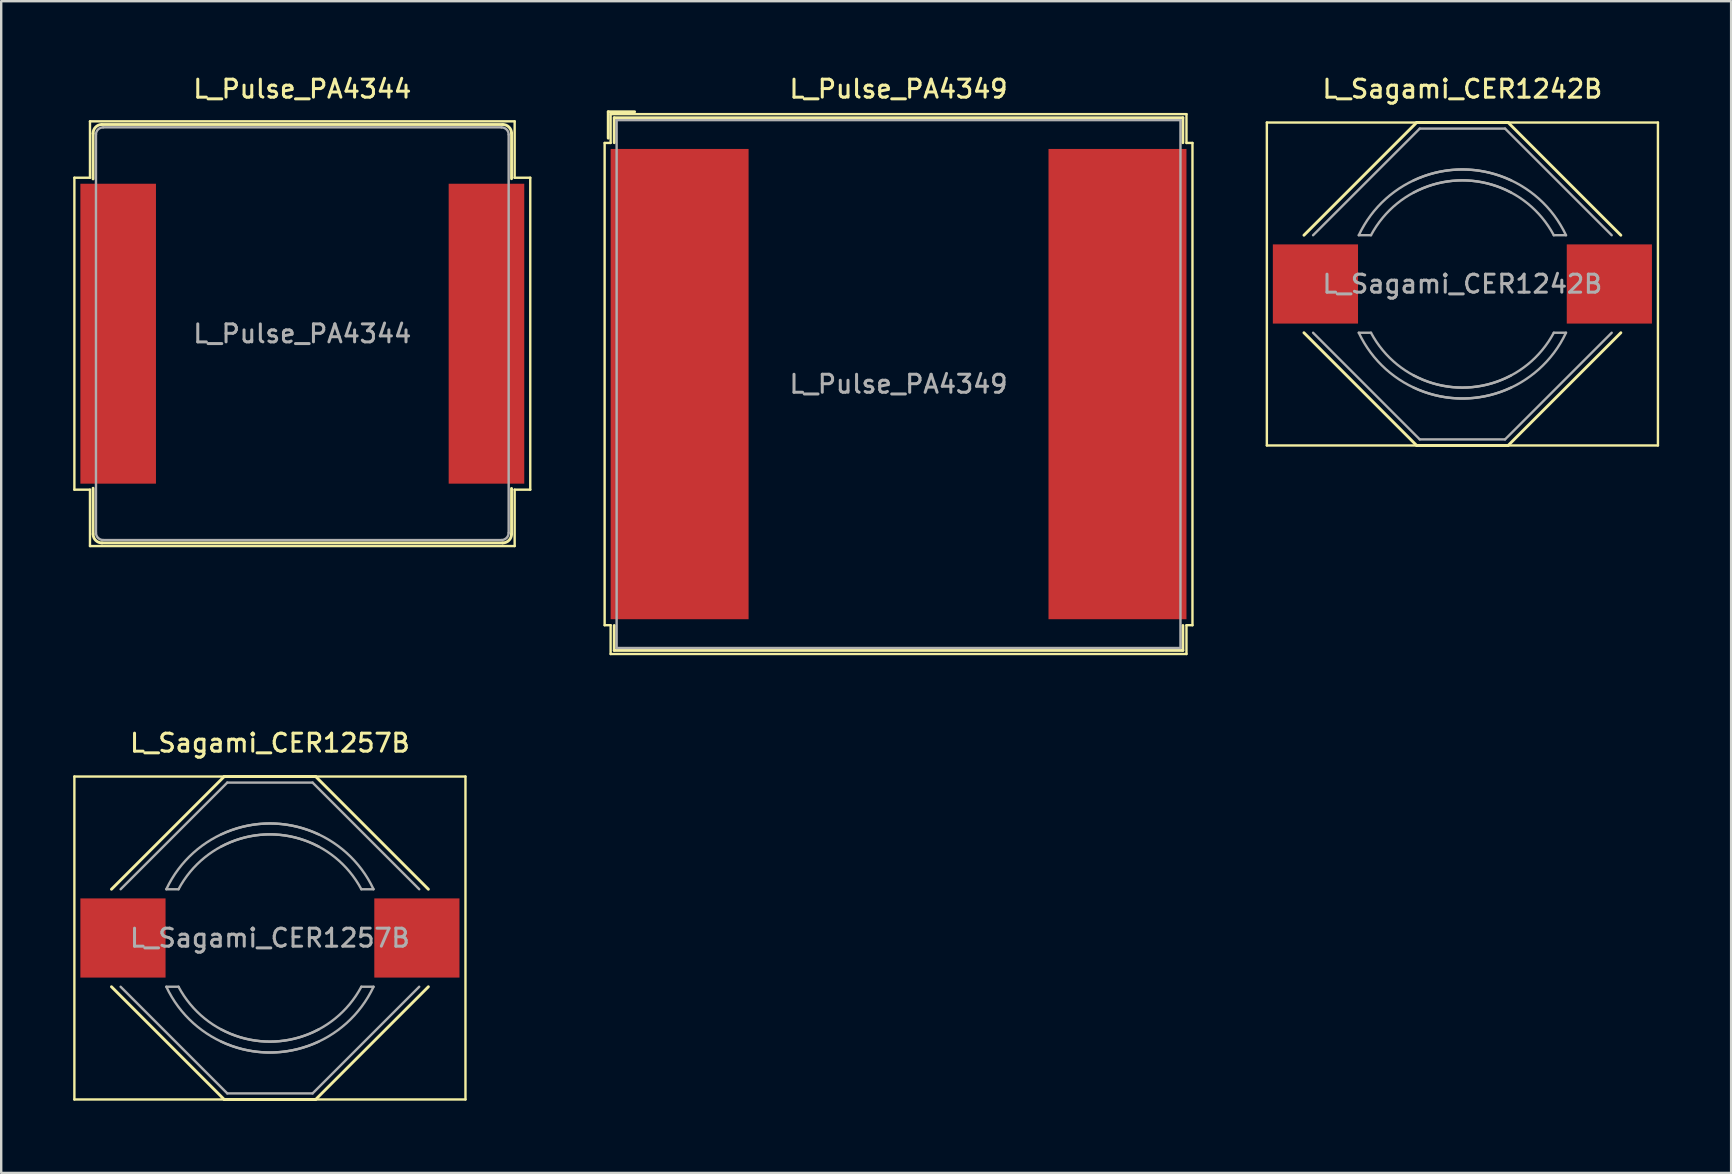
<source format=kicad_pcb>
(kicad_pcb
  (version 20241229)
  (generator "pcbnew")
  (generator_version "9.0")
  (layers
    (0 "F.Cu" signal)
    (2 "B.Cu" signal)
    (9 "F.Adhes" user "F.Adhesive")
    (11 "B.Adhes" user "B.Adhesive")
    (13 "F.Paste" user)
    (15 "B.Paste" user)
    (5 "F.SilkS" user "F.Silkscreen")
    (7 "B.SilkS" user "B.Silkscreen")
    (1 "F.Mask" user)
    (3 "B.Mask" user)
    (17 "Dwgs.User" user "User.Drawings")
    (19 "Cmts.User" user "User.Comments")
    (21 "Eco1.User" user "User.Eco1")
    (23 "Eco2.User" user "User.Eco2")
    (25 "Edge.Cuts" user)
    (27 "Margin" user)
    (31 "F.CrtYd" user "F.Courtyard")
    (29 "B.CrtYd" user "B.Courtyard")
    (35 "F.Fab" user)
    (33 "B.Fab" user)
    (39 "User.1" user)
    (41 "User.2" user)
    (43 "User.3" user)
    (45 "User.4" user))
  (footprint "L_Pulse_PA4349"
    (layer "F.Cu")
    (at 34.4 12.958)
    (property "Reference" "L_Pulse_PA4349" (at 0 -12.3 0) (layer "F.SilkS") (effects (font (size 0.75 0.75) (thickness 0.125))))
    (attr smd)
    (fp_line (start -12.25 10.05) (end -12.25 -10.05) (stroke (width 0.1) (type solid)) (layer "F.SilkS"))
    (fp_line (start -12.1 -11.35) (end -11 -11.35) (stroke (width 0.12) (type solid)) (layer "F.SilkS"))
    (fp_line (start -12.1 -10.25) (end -12.1 -11.35) (stroke (width 0.12) (type solid)) (layer "F.SilkS"))
    (fp_line (start -12 -11.25) (end -12 -10.05) (stroke (width 0.1) (type solid)) (layer "F.SilkS"))
    (fp_line (start -12 -11.25) (end 12 -11.25) (stroke (width 0.1) (type solid)) (layer "F.SilkS"))
    (fp_line (start -12 -10.05) (end -12.25 -10.05) (stroke (width 0.1) (type solid)) (layer "F.SilkS"))
    (fp_line (start -12 10.05) (end -12.25 10.05) (stroke (width 0.1) (type solid)) (layer "F.SilkS"))
    (fp_line (start -12 10.05) (end -12 11.25) (stroke (width 0.1) (type solid)) (layer "F.SilkS"))
    (fp_line (start -11.85 -11.1) (end -11.85 -10.06) (stroke (width 0.12) (type solid)) (layer "F.SilkS"))
    (fp_line (start -11.85 -11.1) (end 11.85 -11.1) (stroke (width 0.12) (type solid)) (layer "F.SilkS"))
    (fp_line (start -11.85 10.06) (end -11.85 11.1) (stroke (width 0.12) (type solid)) (layer "F.SilkS"))
    (fp_line (start -11.85 11.1) (end 11.85 11.1) (stroke (width 0.12) (type solid)) (layer "F.SilkS"))
    (fp_line (start 11.85 -11.1) (end 11.85 -10.06) (stroke (width 0.12) (type solid)) (layer "F.SilkS"))
    (fp_line (start 11.85 10.06) (end 11.85 11.1) (stroke (width 0.12) (type solid)) (layer "F.SilkS"))
    (fp_line (start 12 -11.25) (end 12 -10.05) (stroke (width 0.1) (type solid)) (layer "F.SilkS"))
    (fp_line (start 12 -10.05) (end 12.25 -10.05) (stroke (width 0.1) (type solid)) (layer "F.SilkS"))
    (fp_line (start 12 10.05) (end 12 11.25) (stroke (width 0.1) (type solid)) (layer "F.SilkS"))
    (fp_line (start 12 11.25) (end -12 11.25) (stroke (width 0.1) (type solid)) (layer "F.SilkS"))
    (fp_line (start 12.25 -10.05) (end 12.25 10.05) (stroke (width 0.1) (type solid)) (layer "F.SilkS"))
    (fp_line (start 12.25 10.05) (end 12 10.05) (stroke (width 0.1) (type solid)) (layer "F.SilkS"))
    (fp_line (start -11.75 -11) (end 11.75 -11) (stroke (width 0.1) (type solid)) (layer "F.Fab"))
    (fp_line (start -11.75 11) (end -11.75 -11) (stroke (width 0.1) (type solid)) (layer "F.Fab"))
    (fp_line (start -11.75 11) (end 11.75 11) (stroke (width 0.1) (type solid)) (layer "F.Fab"))
    (fp_line (start 11.75 -11) (end 11.75 11) (stroke (width 0.1) (type solid)) (layer "F.Fab"))
    (fp_text user "${REFERENCE}" (at 0 0 0) (layer "F.Fab") (effects (font (size 0.75 0.75) (thickness 0.125))))
    (pad "1" smd rect (at -9.125 0 90) (size 19.6 5.75) (layers "F.Cu" "F.Mask" "F.Paste"))
    (pad "2" smd rect (at 9.125 0 90) (size 19.6 5.75) (layers "F.Cu" "F.Mask" "F.Paste")))
  (footprint "L_Sagami_CER1242B"
    (layer "F.Cu")
    (at 57.9 8.786)
    (property "Reference" "L_Sagami_CER1242B" (at 0 -8.128 0) (layer "F.SilkS") (effects (font (size 0.75 0.75) (thickness 0.125))))
    (attr smd)
    (fp_line (start -8.15 -6.73) (end -8.15 6.73) (stroke (width 0.1) (type solid)) (layer "F.SilkS"))
    (fp_line (start -8.15 -6.73) (end 8.15 -6.73) (stroke (width 0.1) (type solid)) (layer "F.SilkS"))
    (fp_line (start -8.15 6.73) (end 8.15 6.73) (stroke (width 0.1) (type solid)) (layer "F.SilkS"))
    (fp_line (start -6.604 -2.032) (end -1.905 -6.731) (stroke (width 0.12) (type solid)) (layer "F.SilkS"))
    (fp_line (start -6.604 2.032) (end -1.905 6.731) (stroke (width 0.12) (type solid)) (layer "F.SilkS"))
    (fp_line (start -1.905 -6.731) (end 1.905 -6.731) (stroke (width 0.12) (type solid)) (layer "F.SilkS"))
    (fp_line (start -1.905 6.731) (end 1.905 6.731) (stroke (width 0.12) (type solid)) (layer "F.SilkS"))
    (fp_line (start 1.905 -6.731) (end 6.604 -2.032) (stroke (width 0.12) (type solid)) (layer "F.SilkS"))
    (fp_line (start 1.905 6.731) (end 6.604 2.032) (stroke (width 0.12) (type solid)) (layer "F.SilkS"))
    (fp_line (start 8.15 -6.73) (end 8.15 6.73) (stroke (width 0.1) (type solid)) (layer "F.SilkS"))
    (fp_line (start -6.223 -2.032) (end -1.778 -6.477) (stroke (width 0.1) (type solid)) (layer "F.Fab"))
    (fp_line (start -6.223 2.032) (end -1.778 6.477) (stroke (width 0.1) (type solid)) (layer "F.Fab"))
    (fp_line (start -3.81 -2.032) (end -4.318 -2.032) (stroke (width 0.1) (type solid)) (layer "F.Fab"))
    (fp_line (start -3.81 2.032) (end -4.318 2.032) (stroke (width 0.1) (type solid)) (layer "F.Fab"))
    (fp_line (start -1.778 6.477) (end 1.778 6.477) (stroke (width 0.1) (type solid)) (layer "F.Fab"))
    (fp_line (start 1.778 -6.477) (end -1.778 -6.477) (stroke (width 0.1) (type solid)) (layer "F.Fab"))
    (fp_line (start 1.778 6.477) (end 6.223 2.032) (stroke (width 0.1) (type solid)) (layer "F.Fab"))
    (fp_line (start 3.81 -2.032) (end 4.318 -2.032) (stroke (width 0.1) (type solid)) (layer "F.Fab"))
    (fp_line (start 3.81 2.032) (end 4.318 2.032) (stroke (width 0.1) (type solid)) (layer "F.Fab"))
    (fp_line (start 6.223 -2.032) (end 1.778 -6.477) (stroke (width 0.1) (type solid)) (layer "F.Fab"))
    (fp_arc (start -4.318 -2.032) (mid -1.616446 -4.490128) (end 2.032 -4.318) (stroke (width 0.1) (type solid)) (layer "F.Fab"))
    (fp_arc (start -3.81 -2.032) (mid -1.257236 -4.130918) (end 2.032 -3.81) (stroke (width 0.1) (type solid)) (layer "F.Fab"))
    (fp_arc (start -2.032 -4.318) (mid 1.616446 -4.490128) (end 4.318 -2.032) (stroke (width 0.1) (type solid)) (layer "F.Fab"))
    (fp_arc (start -2.032 -3.81) (mid 1.257236 -4.130918) (end 3.81 -2.032) (stroke (width 0.1) (type solid)) (layer "F.Fab"))
    (fp_arc (start 2.032 3.81) (mid -1.257236 4.130918) (end -3.81 2.032) (stroke (width 0.1) (type solid)) (layer "F.Fab"))
    (fp_arc (start 2.032 4.318) (mid -1.616446 4.490128) (end -4.318 2.032) (stroke (width 0.1) (type solid)) (layer "F.Fab"))
    (fp_arc (start 3.81 2.032) (mid 1.257236 4.130918) (end -2.032 3.81) (stroke (width 0.1) (type solid)) (layer "F.Fab"))
    (fp_arc (start 4.318 2.032) (mid 1.616446 4.490128) (end -2.032 4.318) (stroke (width 0.1) (type solid)) (layer "F.Fab"))
    (fp_text user "${REFERENCE}" (at 0 0 0) (layer "F.Fab") (effects (font (size 0.75 0.75) (thickness 0.125))))
    (pad "1" smd rect (at -6.125 0) (size 3.55 3.3) (layers "F.Cu" "F.Mask" "F.Paste"))
    (pad "2" smd rect (at 6.125 0) (size 3.55 3.3) (layers "F.Cu" "F.Mask" "F.Paste")))
  (footprint "L_Sagami_CER1257B"
    (layer "F.Cu")
    (at 8.2 36.044)
    (property "Reference" "L_Sagami_CER1257B" (at 0 -8.128 0) (layer "F.SilkS") (effects (font (size 0.75 0.75) (thickness 0.125))))
    (attr smd)
    (fp_line (start -8.15 -6.73) (end -8.15 6.73) (stroke (width 0.1) (type solid)) (layer "F.SilkS"))
    (fp_line (start -8.15 -6.73) (end 8.15 -6.73) (stroke (width 0.1) (type solid)) (layer "F.SilkS"))
    (fp_line (start -8.15 6.73) (end 8.15 6.73) (stroke (width 0.1) (type solid)) (layer "F.SilkS"))
    (fp_line (start -6.604 -2.032) (end -1.905 -6.731) (stroke (width 0.12) (type solid)) (layer "F.SilkS"))
    (fp_line (start -6.604 2.032) (end -1.905 6.731) (stroke (width 0.12) (type solid)) (layer "F.SilkS"))
    (fp_line (start -1.905 -6.731) (end 1.905 -6.731) (stroke (width 0.12) (type solid)) (layer "F.SilkS"))
    (fp_line (start -1.905 6.731) (end 1.905 6.731) (stroke (width 0.12) (type solid)) (layer "F.SilkS"))
    (fp_line (start 1.905 -6.731) (end 6.604 -2.032) (stroke (width 0.12) (type solid)) (layer "F.SilkS"))
    (fp_line (start 1.905 6.731) (end 6.604 2.032) (stroke (width 0.12) (type solid)) (layer "F.SilkS"))
    (fp_line (start 8.15 -6.73) (end 8.15 6.73) (stroke (width 0.1) (type solid)) (layer "F.SilkS"))
    (fp_line (start -6.223 -2.032) (end -1.778 -6.477) (stroke (width 0.1) (type solid)) (layer "F.Fab"))
    (fp_line (start -6.223 2.032) (end -1.778 6.477) (stroke (width 0.1) (type solid)) (layer "F.Fab"))
    (fp_line (start -3.81 -2.032) (end -4.318 -2.032) (stroke (width 0.1) (type solid)) (layer "F.Fab"))
    (fp_line (start -3.81 2.032) (end -4.318 2.032) (stroke (width 0.1) (type solid)) (layer "F.Fab"))
    (fp_line (start -1.778 6.477) (end 1.778 6.477) (stroke (width 0.1) (type solid)) (layer "F.Fab"))
    (fp_line (start 1.778 -6.477) (end -1.778 -6.477) (stroke (width 0.1) (type solid)) (layer "F.Fab"))
    (fp_line (start 1.778 6.477) (end 6.223 2.032) (stroke (width 0.1) (type solid)) (layer "F.Fab"))
    (fp_line (start 3.81 -2.032) (end 4.318 -2.032) (stroke (width 0.1) (type solid)) (layer "F.Fab"))
    (fp_line (start 3.81 2.032) (end 4.318 2.032) (stroke (width 0.1) (type solid)) (layer "F.Fab"))
    (fp_line (start 6.223 -2.032) (end 1.778 -6.477) (stroke (width 0.1) (type solid)) (layer "F.Fab"))
    (fp_arc (start -4.318 -2.032) (mid -1.616446 -4.490128) (end 2.032 -4.318) (stroke (width 0.1) (type solid)) (layer "F.Fab"))
    (fp_arc (start -3.81 -2.032) (mid -1.257236 -4.130918) (end 2.032 -3.81) (stroke (width 0.1) (type solid)) (layer "F.Fab"))
    (fp_arc (start -2.032 -4.318) (mid 1.616446 -4.490128) (end 4.318 -2.032) (stroke (width 0.1) (type solid)) (layer "F.Fab"))
    (fp_arc (start -2.032 -3.81) (mid 1.257236 -4.130918) (end 3.81 -2.032) (stroke (width 0.1) (type solid)) (layer "F.Fab"))
    (fp_arc (start 2.032 3.81) (mid -1.257236 4.130918) (end -3.81 2.032) (stroke (width 0.1) (type solid)) (layer "F.Fab"))
    (fp_arc (start 2.032 4.318) (mid -1.616446 4.490128) (end -4.318 2.032) (stroke (width 0.1) (type solid)) (layer "F.Fab"))
    (fp_arc (start 3.81 2.032) (mid 1.257236 4.130918) (end -2.032 3.81) (stroke (width 0.1) (type solid)) (layer "F.Fab"))
    (fp_arc (start 4.318 2.032) (mid 1.616446 4.490128) (end -2.032 4.318) (stroke (width 0.1) (type solid)) (layer "F.Fab"))
    (fp_text user "${REFERENCE}" (at 0 0 0) (layer "F.Fab") (effects (font (size 0.75 0.75) (thickness 0.125))))
    (pad "1" smd rect (at -6.125 0) (size 3.55 3.3) (layers "F.Cu" "F.Mask" "F.Paste"))
    (pad "2" smd rect (at 6.125 0) (size 3.55 3.3) (layers "F.Cu" "F.Mask" "F.Paste")))
  (footprint "L_Pulse_PA4344"
    (layer "F.Cu")
    (at 9.55 10.858)
    (property "Reference" "L_Pulse_PA4344" (at 0 -10.2 0) (layer "F.SilkS") (effects (font (size 0.75 0.75) (thickness 0.125))))
    (attr smd)
    (fp_line (start -9.5 -6.5) (end -9.5 6.5) (stroke (width 0.1) (type solid)) (layer "F.SilkS"))
    (fp_line (start -9.5 -6.5) (end -8.85 -6.5) (stroke (width 0.1) (type solid)) (layer "F.SilkS"))
    (fp_line (start -8.85 -8.85) (end -8.85 -6.5) (stroke (width 0.1) (type solid)) (layer "F.SilkS"))
    (fp_line (start -8.85 -8.85) (end 8.85 -8.85) (stroke (width 0.1) (type solid)) (layer "F.SilkS"))
    (fp_line (start -8.85 6.5) (end -9.5 6.5) (stroke (width 0.1) (type solid)) (layer "F.SilkS"))
    (fp_line (start -8.85 8.85) (end -8.85 6.5) (stroke (width 0.1) (type solid)) (layer "F.SilkS"))
    (fp_line (start -8.72 -8.35) (end -8.72 -6.45) (stroke (width 0.12) (type solid)) (layer "F.SilkS"))
    (fp_line (start -8.72 6.44) (end -8.72 8.34) (stroke (width 0.12) (type solid)) (layer "F.SilkS"))
    (fp_line (start -8.35 -8.72) (end 8.35 -8.72) (stroke (width 0.12) (type solid)) (layer "F.SilkS"))
    (fp_line (start 8.35 8.72) (end -8.35 8.72) (stroke (width 0.12) (type solid)) (layer "F.SilkS"))
    (fp_line (start 8.72 -8.36) (end 8.72 -6.46) (stroke (width 0.12) (type solid)) (layer "F.SilkS"))
    (fp_line (start 8.72 6.45) (end 8.72 8.35) (stroke (width 0.12) (type solid)) (layer "F.SilkS"))
    (fp_line (start 8.85 -8.85) (end 8.85 -6.5) (stroke (width 0.1) (type solid)) (layer "F.SilkS"))
    (fp_line (start 8.85 6.5) (end 8.85 8.85) (stroke (width 0.1) (type solid)) (layer "F.SilkS"))
    (fp_line (start 8.85 8.85) (end -8.85 8.85) (stroke (width 0.1) (type solid)) (layer "F.SilkS"))
    (fp_line (start 9.5 -6.5) (end 8.85 -6.5) (stroke (width 0.1) (type solid)) (layer "F.SilkS"))
    (fp_line (start 9.5 -6.5) (end 9.5 6.5) (stroke (width 0.1) (type solid)) (layer "F.SilkS"))
    (fp_line (start 9.5 6.5) (end 8.85 6.5) (stroke (width 0.1) (type solid)) (layer "F.SilkS"))
    (fp_arc (start -8.72054 -8.35) (mid -8.618989 -8.604842) (end -8.37 -8.72) (stroke (width 0.12) (type solid)) (layer "F.SilkS"))
    (fp_arc (start -8.35 8.720135) (mid -8.608165 8.615237) (end -8.72 8.36) (stroke (width 0.12) (type solid)) (layer "F.SilkS"))
    (fp_arc (start 8.35 -8.720135) (mid 8.608165 -8.615237) (end 8.72 -8.36) (stroke (width 0.12) (type solid)) (layer "F.SilkS"))
    (fp_arc (start 8.72 8.35) (mid 8.61163 8.61163) (end 8.35 8.72) (stroke (width 0.12) (type solid)) (layer "F.SilkS"))
    (fp_line (start -8.6 -8.3) (end -8.6 8.3) (stroke (width 0.1) (type solid)) (layer "F.Fab"))
    (fp_line (start -8.3 -8.6) (end 8.3 -8.6) (stroke (width 0.1) (type solid)) (layer "F.Fab"))
    (fp_line (start 8.3 8.6) (end -8.3 8.6) (stroke (width 0.1) (type solid)) (layer "F.Fab"))
    (fp_line (start 8.6 -8.3) (end 8.6 8.3) (stroke (width 0.1) (type solid)) (layer "F.Fab"))
    (fp_arc (start -8.6 -8.3) (mid -8.512132 -8.512132) (end -8.3 -8.6) (stroke (width 0.1) (type solid)) (layer "F.Fab"))
    (fp_arc (start -8.3 8.6) (mid -8.512132 8.512132) (end -8.6 8.3) (stroke (width 0.1) (type solid)) (layer "F.Fab"))
    (fp_arc (start 8.3 -8.6) (mid 8.512132 -8.512132) (end 8.6 -8.3) (stroke (width 0.1) (type solid)) (layer "F.Fab"))
    (fp_arc (start 8.6 8.3) (mid 8.512132 8.512132) (end 8.3 8.6) (stroke (width 0.1) (type solid)) (layer "F.Fab"))
    (fp_text user "${REFERENCE}" (at 0 0 0) (layer "F.Fab") (effects (font (size 0.75 0.75) (thickness 0.125))))
    (pad "1" smd rect (at -7.675 0) (size 3.15 12.5) (layers "F.Cu" "F.Mask" "F.Paste"))
    (pad "2" smd rect (at 7.675 0) (size 3.15 12.5) (layers "F.Cu" "F.Mask" "F.Paste")))
  (gr_rect
    (start -3 -3)
    (end 69.1 45.835)
    (stroke (width 0.1) (type default))
    (fill no)
    (layer "Edge.Cuts")))
</source>
